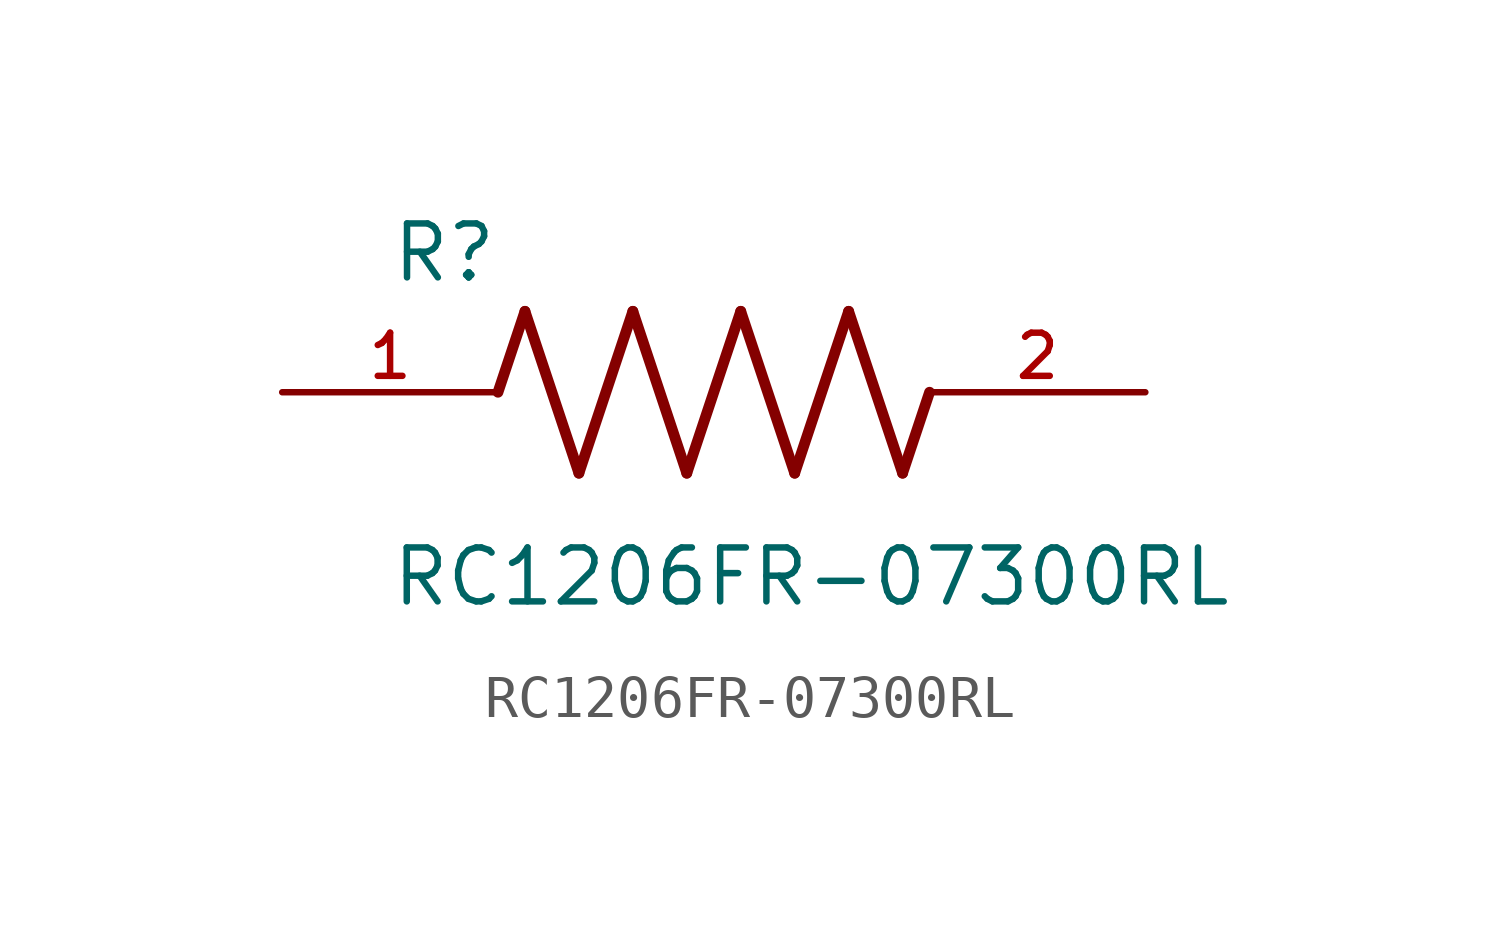
<source format=kicad_sym>
(kicad_symbol_lib
  (version 20211014)
  (generator kicad_symbol_editor)
  (symbol "RC1206FR-07300RL"
    (pin_names
      (offset 1.016))
    (property "Reference" "R"
      (at -7.624 2.541 0)
      (effects (font (size 1.27 1.27)) (justify bottom left)))
    (property "Value" "RC1206FR-07300RL"
      (at -7.63 -5.087 0)
      (effects (font (size 1.27 1.27)) (justify bottom left)))
    (symbol "RC1206FR-07300RL_0_0"
      (polyline (pts (xy -5.08 0.0) (xy -4.445 1.905)) (stroke (width 0.254)))
      (polyline (pts (xy -4.445 1.905) (xy -3.175 -1.905)) (stroke (width 0.254)))
      (polyline (pts (xy -3.175 -1.905) (xy -1.905 1.905)) (stroke (width 0.254)))
      (polyline (pts (xy -1.905 1.905) (xy -0.635 -1.905)) (stroke (width 0.254)))
      (polyline (pts (xy -0.635 -1.905) (xy 0.635 1.905)) (stroke (width 0.254)))
      (polyline (pts (xy 0.635 1.905) (xy 1.905 -1.905)) (stroke (width 0.254)))
      (polyline (pts (xy 1.905 -1.905) (xy 3.175 1.905)) (stroke (width 0.254)))
      (polyline (pts (xy 3.175 1.905) (xy 4.445 -1.905)) (stroke (width 0.254)))
      (polyline (pts (xy 4.445 -1.905) (xy 5.08 0.0)) (stroke (width 0.254)))
      (pin passive line (at -10.16 0.0 0) (length 5.08) (name "~" (effects (font (size 1.016 1.016)))) (number "1" (effects (font (size 1.016 1.016)))))
      (pin passive line (at 10.16 0.0 180.0) (length 5.08) (name "~" (effects (font (size 1.016 1.016)))) (number "2" (effects (font (size 1.016 1.016))))))))
</source>
